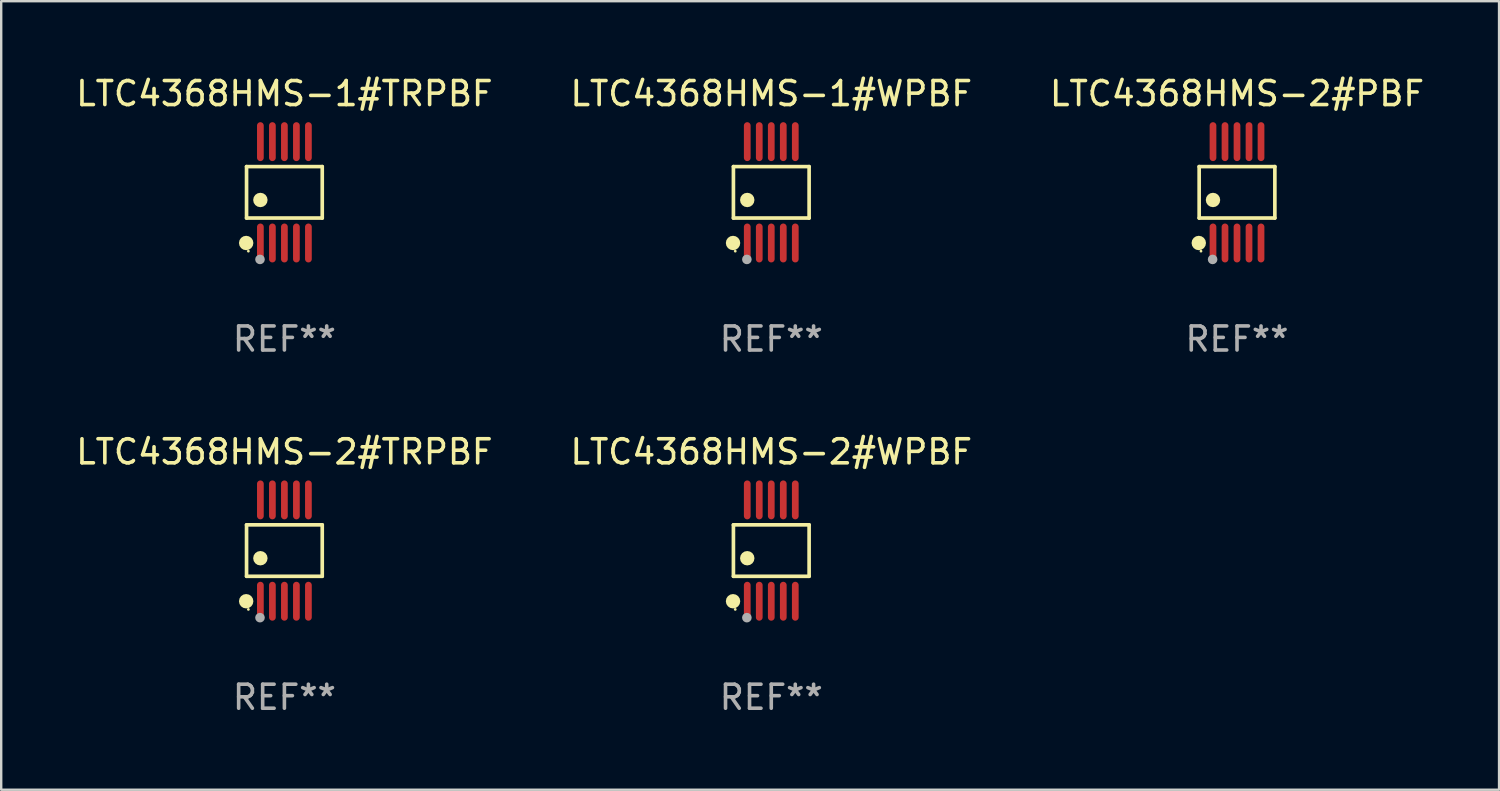
<source format=kicad_pcb>
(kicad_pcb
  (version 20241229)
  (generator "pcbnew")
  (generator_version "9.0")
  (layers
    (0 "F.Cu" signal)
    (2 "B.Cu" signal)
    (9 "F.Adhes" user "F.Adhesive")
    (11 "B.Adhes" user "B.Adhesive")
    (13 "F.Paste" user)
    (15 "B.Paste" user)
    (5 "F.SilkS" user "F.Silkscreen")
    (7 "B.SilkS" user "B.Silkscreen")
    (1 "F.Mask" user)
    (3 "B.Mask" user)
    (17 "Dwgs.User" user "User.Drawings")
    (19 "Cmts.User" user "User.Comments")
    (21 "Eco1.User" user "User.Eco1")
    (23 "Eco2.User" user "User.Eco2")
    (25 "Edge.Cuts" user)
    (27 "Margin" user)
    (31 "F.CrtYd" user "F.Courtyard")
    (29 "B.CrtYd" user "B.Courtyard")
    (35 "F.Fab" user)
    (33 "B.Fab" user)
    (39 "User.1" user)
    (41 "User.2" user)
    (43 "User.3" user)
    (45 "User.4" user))
  (footprint "LTC4368HMS-1#WPBF"
    (layer "F.Cu")
    (at 29.065 4.958)
    (property "Reference" "LTC4368HMS-1#WPBF" (at 0 -4.11 0) (layer "F.SilkS") (effects (font (size 1 1) (thickness 0.15))))
    (attr through_hole)
    (fp_line (start -1.576 -1.071) (end 1.576 -1.071) (stroke (width 0.152) (type solid)) (layer "F.SilkS"))
    (fp_line (start -1.576 1.071) (end -1.576 -1.071) (stroke (width 0.152) (type solid)) (layer "F.SilkS"))
    (fp_line (start 1.576 -1.071) (end 1.576 1.071) (stroke (width 0.152) (type solid)) (layer "F.SilkS"))
    (fp_line (start 1.576 1.071) (end -1.576 1.071) (stroke (width 0.152) (type solid)) (layer "F.SilkS"))
    (fp_circle (center -1.592 2.11) (end -1.442 2.11) (stroke (width 0.3) (type solid)) (fill no) (layer "F.SilkS"))
    (fp_circle (center -1.5 2.45) (end -1.47 2.45) (stroke (width 0.06) (type solid)) (fill no) (layer "F.SilkS"))
    (fp_circle (center -1 0.319) (end -0.85 0.319) (stroke (width 0.3) (type solid)) (fill no) (layer "F.SilkS"))
    (fp_circle (center -1.016 2.794) (end -0.916 2.794) (stroke (width 0.2) (type solid)) (fill no) (layer "F.Fab"))
    (fp_text user "REF**" (at 0 6.11 0) (layer "F.Fab") (effects (font (size 1 1) (thickness 0.15))))
    (pad "1" smd oval (at -1 2.11) (size 0.28 1.62) (layers "F.Cu" "F.Mask" "F.Paste"))
    (pad "2" smd oval (at -0.5 2.11) (size 0.28 1.62) (layers "F.Cu" "F.Mask" "F.Paste"))
    (pad "3" smd oval (at 0 2.11) (size 0.28 1.62) (layers "F.Cu" "F.Mask" "F.Paste"))
    (pad "4" smd oval (at 0.5 2.11) (size 0.28 1.62) (layers "F.Cu" "F.Mask" "F.Paste"))
    (pad "5" smd oval (at 1 2.11) (size 0.28 1.62) (layers "F.Cu" "F.Mask" "F.Paste"))
    (pad "6" smd oval (at 1 -2.11) (size 0.28 1.62) (layers "F.Cu" "F.Mask" "F.Paste"))
    (pad "7" smd oval (at 0.5 -2.11) (size 0.28 1.62) (layers "F.Cu" "F.Mask" "F.Paste"))
    (pad "8" smd oval (at 0 -2.11) (size 0.28 1.62) (layers "F.Cu" "F.Mask" "F.Paste"))
    (pad "9" smd oval (at -0.5 -2.11) (size 0.28 1.62) (layers "F.Cu" "F.Mask" "F.Paste"))
    (pad "10" smd oval (at -1 -2.11) (size 0.28 1.62) (layers "F.Cu" "F.Mask" "F.Paste")))
  (footprint "LTC4368HMS-2#PBF"
    (layer "F.Cu")
    (at 48.458 4.958)
    (property "Reference" "LTC4368HMS-2#PBF" (at 0 -4.11 0) (layer "F.SilkS") (effects (font (size 1 1) (thickness 0.15))))
    (attr through_hole)
    (fp_line (start -1.576 -1.071) (end 1.576 -1.071) (stroke (width 0.152) (type solid)) (layer "F.SilkS"))
    (fp_line (start -1.576 1.071) (end -1.576 -1.071) (stroke (width 0.152) (type solid)) (layer "F.SilkS"))
    (fp_line (start 1.576 -1.071) (end 1.576 1.071) (stroke (width 0.152) (type solid)) (layer "F.SilkS"))
    (fp_line (start 1.576 1.071) (end -1.576 1.071) (stroke (width 0.152) (type solid)) (layer "F.SilkS"))
    (fp_circle (center -1.592 2.11) (end -1.442 2.11) (stroke (width 0.3) (type solid)) (fill no) (layer "F.SilkS"))
    (fp_circle (center -1.5 2.45) (end -1.47 2.45) (stroke (width 0.06) (type solid)) (fill no) (layer "F.SilkS"))
    (fp_circle (center -1 0.319) (end -0.85 0.319) (stroke (width 0.3) (type solid)) (fill no) (layer "F.SilkS"))
    (fp_circle (center -1.016 2.794) (end -0.916 2.794) (stroke (width 0.2) (type solid)) (fill no) (layer "F.Fab"))
    (fp_text user "REF**" (at 0 6.11 0) (layer "F.Fab") (effects (font (size 1 1) (thickness 0.15))))
    (pad "1" smd oval (at -1 2.11) (size 0.28 1.62) (layers "F.Cu" "F.Mask" "F.Paste"))
    (pad "2" smd oval (at -0.5 2.11) (size 0.28 1.62) (layers "F.Cu" "F.Mask" "F.Paste"))
    (pad "3" smd oval (at 0 2.11) (size 0.28 1.62) (layers "F.Cu" "F.Mask" "F.Paste"))
    (pad "4" smd oval (at 0.5 2.11) (size 0.28 1.62) (layers "F.Cu" "F.Mask" "F.Paste"))
    (pad "5" smd oval (at 1 2.11) (size 0.28 1.62) (layers "F.Cu" "F.Mask" "F.Paste"))
    (pad "6" smd oval (at 1 -2.11) (size 0.28 1.62) (layers "F.Cu" "F.Mask" "F.Paste"))
    (pad "7" smd oval (at 0.5 -2.11) (size 0.28 1.62) (layers "F.Cu" "F.Mask" "F.Paste"))
    (pad "8" smd oval (at 0 -2.11) (size 0.28 1.62) (layers "F.Cu" "F.Mask" "F.Paste"))
    (pad "9" smd oval (at -0.5 -2.11) (size 0.28 1.62) (layers "F.Cu" "F.Mask" "F.Paste"))
    (pad "10" smd oval (at -1 -2.11) (size 0.28 1.62) (layers "F.Cu" "F.Mask" "F.Paste")))
  (footprint "LTC4368HMS-2#WPBF"
    (layer "F.Cu")
    (at 29.065 19.875)
    (property "Reference" "LTC4368HMS-2#WPBF" (at 0 -4.11 0) (layer "F.SilkS") (effects (font (size 1 1) (thickness 0.15))))
    (attr through_hole)
    (fp_line (start -1.576 -1.071) (end 1.576 -1.071) (stroke (width 0.152) (type solid)) (layer "F.SilkS"))
    (fp_line (start -1.576 1.071) (end -1.576 -1.071) (stroke (width 0.152) (type solid)) (layer "F.SilkS"))
    (fp_line (start 1.576 -1.071) (end 1.576 1.071) (stroke (width 0.152) (type solid)) (layer "F.SilkS"))
    (fp_line (start 1.576 1.071) (end -1.576 1.071) (stroke (width 0.152) (type solid)) (layer "F.SilkS"))
    (fp_circle (center -1.592 2.11) (end -1.442 2.11) (stroke (width 0.3) (type solid)) (fill no) (layer "F.SilkS"))
    (fp_circle (center -1.5 2.45) (end -1.47 2.45) (stroke (width 0.06) (type solid)) (fill no) (layer "F.SilkS"))
    (fp_circle (center -1 0.319) (end -0.85 0.319) (stroke (width 0.3) (type solid)) (fill no) (layer "F.SilkS"))
    (fp_circle (center -1.016 2.794) (end -0.916 2.794) (stroke (width 0.2) (type solid)) (fill no) (layer "F.Fab"))
    (fp_text user "REF**" (at 0 6.11 0) (layer "F.Fab") (effects (font (size 1 1) (thickness 0.15))))
    (pad "1" smd oval (at -1 2.11) (size 0.28 1.62) (layers "F.Cu" "F.Mask" "F.Paste"))
    (pad "2" smd oval (at -0.5 2.11) (size 0.28 1.62) (layers "F.Cu" "F.Mask" "F.Paste"))
    (pad "3" smd oval (at 0 2.11) (size 0.28 1.62) (layers "F.Cu" "F.Mask" "F.Paste"))
    (pad "4" smd oval (at 0.5 2.11) (size 0.28 1.62) (layers "F.Cu" "F.Mask" "F.Paste"))
    (pad "5" smd oval (at 1 2.11) (size 0.28 1.62) (layers "F.Cu" "F.Mask" "F.Paste"))
    (pad "6" smd oval (at 1 -2.11) (size 0.28 1.62) (layers "F.Cu" "F.Mask" "F.Paste"))
    (pad "7" smd oval (at 0.5 -2.11) (size 0.28 1.62) (layers "F.Cu" "F.Mask" "F.Paste"))
    (pad "8" smd oval (at 0 -2.11) (size 0.28 1.62) (layers "F.Cu" "F.Mask" "F.Paste"))
    (pad "9" smd oval (at -0.5 -2.11) (size 0.28 1.62) (layers "F.Cu" "F.Mask" "F.Paste"))
    (pad "10" smd oval (at -1 -2.11) (size 0.28 1.62) (layers "F.Cu" "F.Mask" "F.Paste")))
  (footprint "LTC4368HMS-1#TRPBF"
    (layer "F.Cu")
    (at 8.792 4.958)
    (property "Reference" "LTC4368HMS-1#TRPBF" (at 0 -4.11 0) (layer "F.SilkS") (effects (font (size 1 1) (thickness 0.15))))
    (attr through_hole)
    (fp_line (start -1.576 -1.071) (end 1.576 -1.071) (stroke (width 0.152) (type solid)) (layer "F.SilkS"))
    (fp_line (start -1.576 1.071) (end -1.576 -1.071) (stroke (width 0.152) (type solid)) (layer "F.SilkS"))
    (fp_line (start 1.576 -1.071) (end 1.576 1.071) (stroke (width 0.152) (type solid)) (layer "F.SilkS"))
    (fp_line (start 1.576 1.071) (end -1.576 1.071) (stroke (width 0.152) (type solid)) (layer "F.SilkS"))
    (fp_circle (center -1.592 2.11) (end -1.442 2.11) (stroke (width 0.3) (type solid)) (fill no) (layer "F.SilkS"))
    (fp_circle (center -1.5 2.45) (end -1.47 2.45) (stroke (width 0.06) (type solid)) (fill no) (layer "F.SilkS"))
    (fp_circle (center -1 0.319) (end -0.85 0.319) (stroke (width 0.3) (type solid)) (fill no) (layer "F.SilkS"))
    (fp_circle (center -1.016 2.794) (end -0.916 2.794) (stroke (width 0.2) (type solid)) (fill no) (layer "F.Fab"))
    (fp_text user "REF**" (at 0 6.11 0) (layer "F.Fab") (effects (font (size 1 1) (thickness 0.15))))
    (pad "1" smd oval (at -1 2.11) (size 0.28 1.62) (layers "F.Cu" "F.Mask" "F.Paste"))
    (pad "2" smd oval (at -0.5 2.11) (size 0.28 1.62) (layers "F.Cu" "F.Mask" "F.Paste"))
    (pad "3" smd oval (at 0 2.11) (size 0.28 1.62) (layers "F.Cu" "F.Mask" "F.Paste"))
    (pad "4" smd oval (at 0.5 2.11) (size 0.28 1.62) (layers "F.Cu" "F.Mask" "F.Paste"))
    (pad "5" smd oval (at 1 2.11) (size 0.28 1.62) (layers "F.Cu" "F.Mask" "F.Paste"))
    (pad "6" smd oval (at 1 -2.11) (size 0.28 1.62) (layers "F.Cu" "F.Mask" "F.Paste"))
    (pad "7" smd oval (at 0.5 -2.11) (size 0.28 1.62) (layers "F.Cu" "F.Mask" "F.Paste"))
    (pad "8" smd oval (at 0 -2.11) (size 0.28 1.62) (layers "F.Cu" "F.Mask" "F.Paste"))
    (pad "9" smd oval (at -0.5 -2.11) (size 0.28 1.62) (layers "F.Cu" "F.Mask" "F.Paste"))
    (pad "10" smd oval (at -1 -2.11) (size 0.28 1.62) (layers "F.Cu" "F.Mask" "F.Paste")))
  (footprint "LTC4368HMS-2#TRPBF"
    (layer "F.Cu")
    (at 8.792 19.875)
    (property "Reference" "LTC4368HMS-2#TRPBF" (at 0 -4.11 0) (layer "F.SilkS") (effects (font (size 1 1) (thickness 0.15))))
    (attr through_hole)
    (fp_line (start -1.576 -1.071) (end 1.576 -1.071) (stroke (width 0.152) (type solid)) (layer "F.SilkS"))
    (fp_line (start -1.576 1.071) (end -1.576 -1.071) (stroke (width 0.152) (type solid)) (layer "F.SilkS"))
    (fp_line (start 1.576 -1.071) (end 1.576 1.071) (stroke (width 0.152) (type solid)) (layer "F.SilkS"))
    (fp_line (start 1.576 1.071) (end -1.576 1.071) (stroke (width 0.152) (type solid)) (layer "F.SilkS"))
    (fp_circle (center -1.592 2.11) (end -1.442 2.11) (stroke (width 0.3) (type solid)) (fill no) (layer "F.SilkS"))
    (fp_circle (center -1.5 2.45) (end -1.47 2.45) (stroke (width 0.06) (type solid)) (fill no) (layer "F.SilkS"))
    (fp_circle (center -1 0.319) (end -0.85 0.319) (stroke (width 0.3) (type solid)) (fill no) (layer "F.SilkS"))
    (fp_circle (center -1.016 2.794) (end -0.916 2.794) (stroke (width 0.2) (type solid)) (fill no) (layer "F.Fab"))
    (fp_text user "REF**" (at 0 6.11 0) (layer "F.Fab") (effects (font (size 1 1) (thickness 0.15))))
    (pad "1" smd oval (at -1 2.11) (size 0.28 1.62) (layers "F.Cu" "F.Mask" "F.Paste"))
    (pad "2" smd oval (at -0.5 2.11) (size 0.28 1.62) (layers "F.Cu" "F.Mask" "F.Paste"))
    (pad "3" smd oval (at 0 2.11) (size 0.28 1.62) (layers "F.Cu" "F.Mask" "F.Paste"))
    (pad "4" smd oval (at 0.5 2.11) (size 0.28 1.62) (layers "F.Cu" "F.Mask" "F.Paste"))
    (pad "5" smd oval (at 1 2.11) (size 0.28 1.62) (layers "F.Cu" "F.Mask" "F.Paste"))
    (pad "6" smd oval (at 1 -2.11) (size 0.28 1.62) (layers "F.Cu" "F.Mask" "F.Paste"))
    (pad "7" smd oval (at 0.5 -2.11) (size 0.28 1.62) (layers "F.Cu" "F.Mask" "F.Paste"))
    (pad "8" smd oval (at 0 -2.11) (size 0.28 1.62) (layers "F.Cu" "F.Mask" "F.Paste"))
    (pad "9" smd oval (at -0.5 -2.11) (size 0.28 1.62) (layers "F.Cu" "F.Mask" "F.Paste"))
    (pad "10" smd oval (at -1 -2.11) (size 0.28 1.62) (layers "F.Cu" "F.Mask" "F.Paste")))
  (gr_rect
    (start -3 -3)
    (end 59.369 29.833)
    (stroke (width 0.1) (type default))
    (fill no)
    (layer "Edge.Cuts")))
</source>
